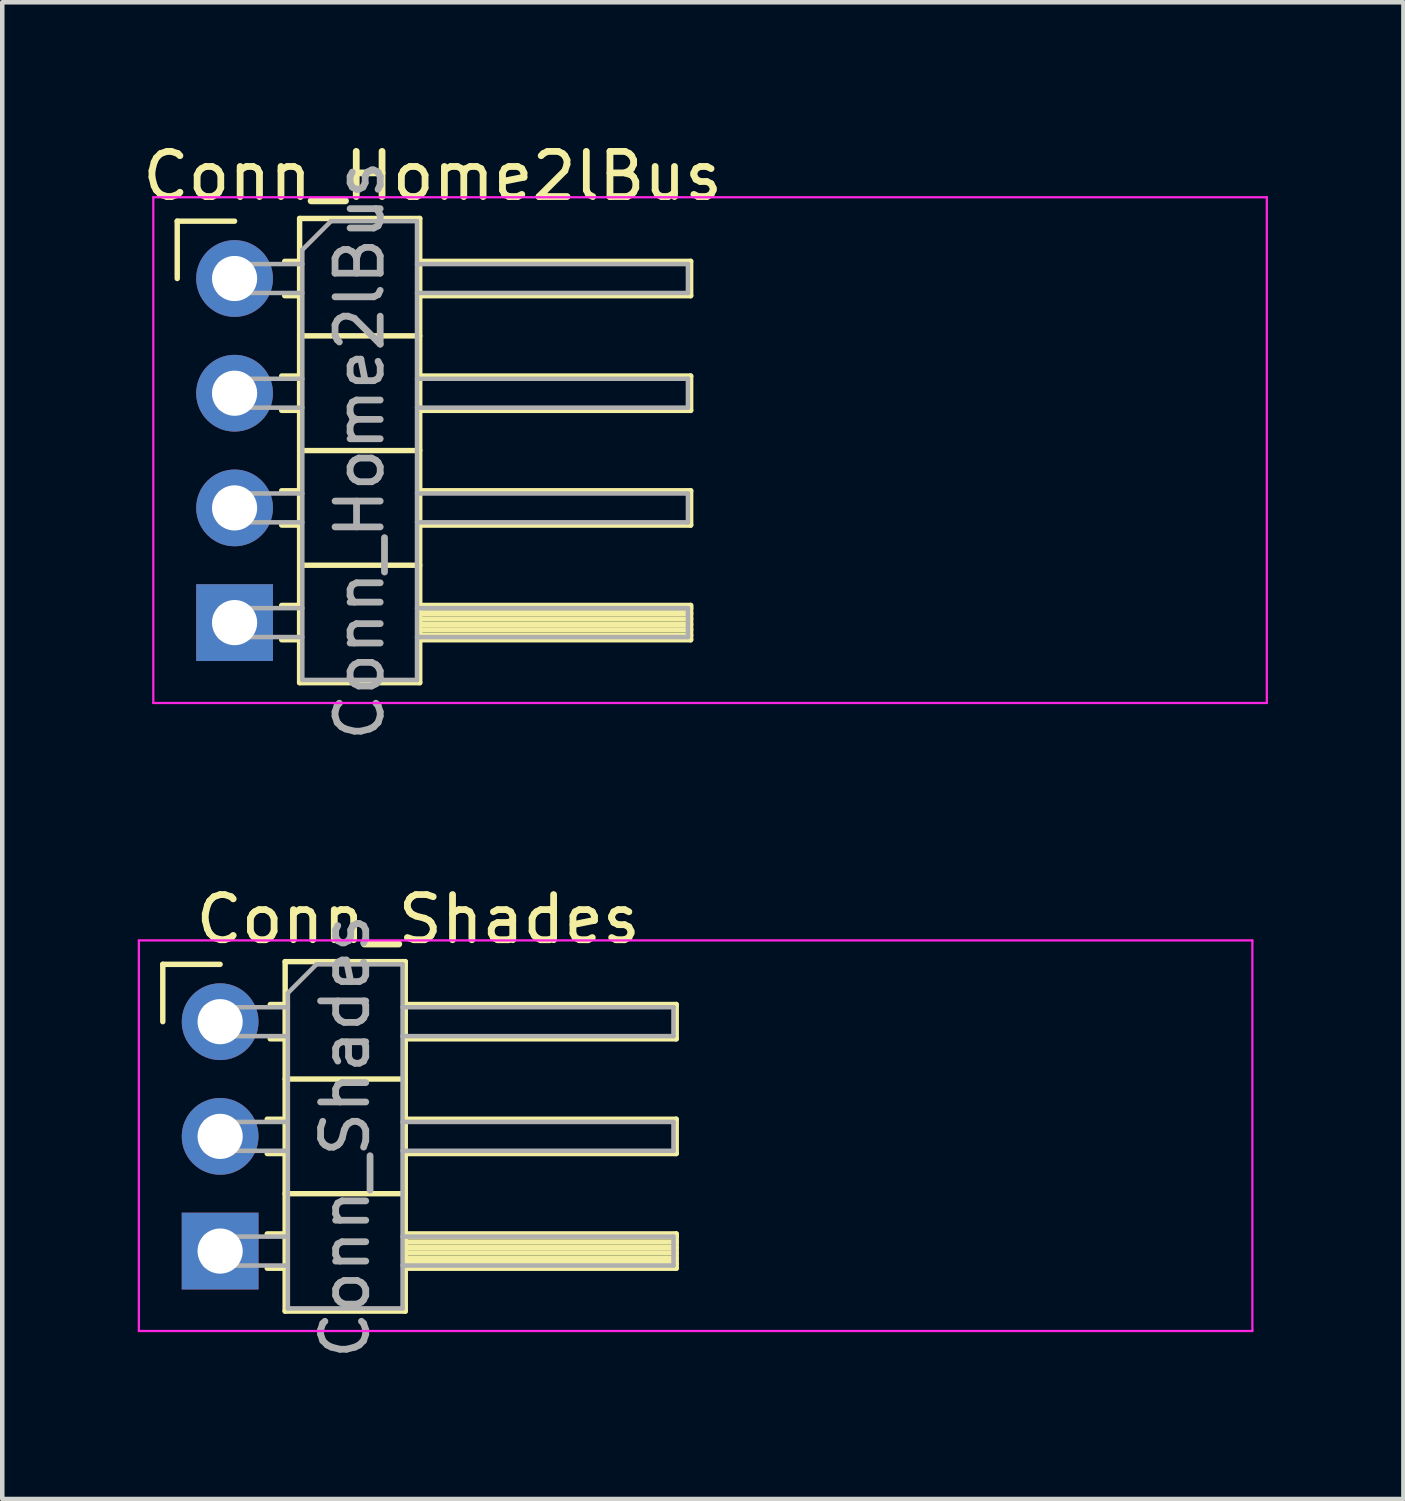
<source format=kicad_pcb>
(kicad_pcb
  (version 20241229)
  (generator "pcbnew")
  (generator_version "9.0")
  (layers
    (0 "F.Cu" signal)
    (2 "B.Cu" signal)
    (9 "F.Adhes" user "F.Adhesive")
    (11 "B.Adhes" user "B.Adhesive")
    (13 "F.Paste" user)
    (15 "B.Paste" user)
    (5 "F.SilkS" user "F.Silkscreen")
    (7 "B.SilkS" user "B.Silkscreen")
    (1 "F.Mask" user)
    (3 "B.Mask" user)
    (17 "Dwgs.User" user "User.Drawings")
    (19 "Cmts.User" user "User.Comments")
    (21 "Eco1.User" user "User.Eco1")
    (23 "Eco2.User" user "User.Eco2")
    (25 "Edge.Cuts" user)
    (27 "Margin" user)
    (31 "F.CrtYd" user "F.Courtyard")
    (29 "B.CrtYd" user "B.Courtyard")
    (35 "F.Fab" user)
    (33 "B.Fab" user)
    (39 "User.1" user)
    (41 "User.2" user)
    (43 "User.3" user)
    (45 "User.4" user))
  (footprint "Conn_Shades"
    (layer "F.Cu")
    (at 1.825 19.576)
    (property "Reference" "Conn_Shades" (at 4.385 -2.27 0) (layer "F.SilkS") (effects (font (size 1 1) (thickness 0.15))))
    (attr through_hole)
    (fp_line (start -1.27 -1.27) (end 0 -1.27) (stroke (width 0.12) (type solid)) (layer "F.SilkS"))
    (fp_line (start -1.27 0) (end -1.27 -1.27) (stroke (width 0.12) (type solid)) (layer "F.SilkS"))
    (fp_line (start 1.043 2.16) (end 1.44 2.16) (stroke (width 0.12) (type solid)) (layer "F.SilkS"))
    (fp_line (start 1.043 2.92) (end 1.44 2.92) (stroke (width 0.12) (type solid)) (layer "F.SilkS"))
    (fp_line (start 1.043 4.7) (end 1.44 4.7) (stroke (width 0.12) (type solid)) (layer "F.SilkS"))
    (fp_line (start 1.043 5.46) (end 1.44 5.46) (stroke (width 0.12) (type solid)) (layer "F.SilkS"))
    (fp_line (start 1.11 -0.38) (end 1.44 -0.38) (stroke (width 0.12) (type solid)) (layer "F.SilkS"))
    (fp_line (start 1.11 0.38) (end 1.44 0.38) (stroke (width 0.12) (type solid)) (layer "F.SilkS"))
    (fp_line (start 1.44 -1.33) (end 1.44 6.41) (stroke (width 0.12) (type solid)) (layer "F.SilkS"))
    (fp_line (start 1.44 1.27) (end 4.1 1.27) (stroke (width 0.12) (type solid)) (layer "F.SilkS"))
    (fp_line (start 1.44 3.81) (end 4.1 3.81) (stroke (width 0.12) (type solid)) (layer "F.SilkS"))
    (fp_line (start 1.44 6.41) (end 4.1 6.41) (stroke (width 0.12) (type solid)) (layer "F.SilkS"))
    (fp_line (start 4.1 -1.33) (end 1.44 -1.33) (stroke (width 0.12) (type solid)) (layer "F.SilkS"))
    (fp_line (start 4.1 -0.38) (end 10.1 -0.38) (stroke (width 0.12) (type solid)) (layer "F.SilkS"))
    (fp_line (start 4.1 2.16) (end 10.1 2.16) (stroke (width 0.12) (type solid)) (layer "F.SilkS"))
    (fp_line (start 4.1 4.7) (end 10.1 4.7) (stroke (width 0.12) (type solid)) (layer "F.SilkS"))
    (fp_line (start 4.1 4.76) (end 10.1 4.76) (stroke (width 0.12) (type solid)) (layer "F.SilkS"))
    (fp_line (start 4.1 4.88) (end 10.1 4.88) (stroke (width 0.12) (type solid)) (layer "F.SilkS"))
    (fp_line (start 4.1 5) (end 10.1 5) (stroke (width 0.12) (type solid)) (layer "F.SilkS"))
    (fp_line (start 4.1 5.12) (end 10.1 5.12) (stroke (width 0.12) (type solid)) (layer "F.SilkS"))
    (fp_line (start 4.1 5.24) (end 10.1 5.24) (stroke (width 0.12) (type solid)) (layer "F.SilkS"))
    (fp_line (start 4.1 5.36) (end 10.1 5.36) (stroke (width 0.12) (type solid)) (layer "F.SilkS"))
    (fp_line (start 4.1 6.41) (end 4.1 -1.33) (stroke (width 0.12) (type solid)) (layer "F.SilkS"))
    (fp_line (start 10.1 -0.38) (end 10.1 0.38) (stroke (width 0.12) (type solid)) (layer "F.SilkS"))
    (fp_line (start 10.1 0.38) (end 4.1 0.38) (stroke (width 0.12) (type solid)) (layer "F.SilkS"))
    (fp_line (start 10.1 2.16) (end 10.1 2.92) (stroke (width 0.12) (type solid)) (layer "F.SilkS"))
    (fp_line (start 10.1 2.92) (end 4.1 2.92) (stroke (width 0.12) (type solid)) (layer "F.SilkS"))
    (fp_line (start 10.1 4.7) (end 10.1 5.46) (stroke (width 0.12) (type solid)) (layer "F.SilkS"))
    (fp_line (start 10.1 5.46) (end 4.1 5.46) (stroke (width 0.12) (type solid)) (layer "F.SilkS"))
    (fp_line (start -1.8 -1.8) (end -1.8 6.85) (stroke (width 0.05) (type solid)) (layer "F.CrtYd"))
    (fp_line (start -1.8 6.85) (end 22.86 6.85) (stroke (width 0.05) (type solid)) (layer "F.CrtYd"))
    (fp_line (start 22.86 -1.8) (end -1.8 -1.8) (stroke (width 0.05) (type solid)) (layer "F.CrtYd"))
    (fp_line (start 22.86 6.85) (end 22.86 -1.8) (stroke (width 0.05) (type solid)) (layer "F.CrtYd"))
    (fp_line (start -0.32 -0.32) (end -0.32 0.32) (stroke (width 0.1) (type solid)) (layer "F.Fab"))
    (fp_line (start -0.32 -0.32) (end 1.5 -0.32) (stroke (width 0.1) (type solid)) (layer "F.Fab"))
    (fp_line (start -0.32 0.32) (end 1.5 0.32) (stroke (width 0.1) (type solid)) (layer "F.Fab"))
    (fp_line (start -0.32 2.22) (end -0.32 2.86) (stroke (width 0.1) (type solid)) (layer "F.Fab"))
    (fp_line (start -0.32 2.22) (end 1.5 2.22) (stroke (width 0.1) (type solid)) (layer "F.Fab"))
    (fp_line (start -0.32 2.86) (end 1.5 2.86) (stroke (width 0.1) (type solid)) (layer "F.Fab"))
    (fp_line (start -0.32 4.76) (end -0.32 5.4) (stroke (width 0.1) (type solid)) (layer "F.Fab"))
    (fp_line (start -0.32 4.76) (end 1.5 4.76) (stroke (width 0.1) (type solid)) (layer "F.Fab"))
    (fp_line (start -0.32 5.4) (end 1.5 5.4) (stroke (width 0.1) (type solid)) (layer "F.Fab"))
    (fp_line (start 1.5 -0.635) (end 2.135 -1.27) (stroke (width 0.1) (type solid)) (layer "F.Fab"))
    (fp_line (start 1.5 6.35) (end 1.5 -0.635) (stroke (width 0.1) (type solid)) (layer "F.Fab"))
    (fp_line (start 2.135 -1.27) (end 4.04 -1.27) (stroke (width 0.1) (type solid)) (layer "F.Fab"))
    (fp_line (start 4.04 -1.27) (end 4.04 6.35) (stroke (width 0.1) (type solid)) (layer "F.Fab"))
    (fp_line (start 4.04 -0.32) (end 10.04 -0.32) (stroke (width 0.1) (type solid)) (layer "F.Fab"))
    (fp_line (start 4.04 0.32) (end 10.04 0.32) (stroke (width 0.1) (type solid)) (layer "F.Fab"))
    (fp_line (start 4.04 2.22) (end 10.04 2.22) (stroke (width 0.1) (type solid)) (layer "F.Fab"))
    (fp_line (start 4.04 2.86) (end 10.04 2.86) (stroke (width 0.1) (type solid)) (layer "F.Fab"))
    (fp_line (start 4.04 4.76) (end 10.04 4.76) (stroke (width 0.1) (type solid)) (layer "F.Fab"))
    (fp_line (start 4.04 5.4) (end 10.04 5.4) (stroke (width 0.1) (type solid)) (layer "F.Fab"))
    (fp_line (start 4.04 6.35) (end 1.5 6.35) (stroke (width 0.1) (type solid)) (layer "F.Fab"))
    (fp_line (start 10.04 -0.32) (end 10.04 0.32) (stroke (width 0.1) (type solid)) (layer "F.Fab"))
    (fp_line (start 10.04 2.22) (end 10.04 2.86) (stroke (width 0.1) (type solid)) (layer "F.Fab"))
    (fp_line (start 10.04 4.76) (end 10.04 5.4) (stroke (width 0.1) (type solid)) (layer "F.Fab"))
    (fp_text user "${REFERENCE}" (at 2.77 2.54 90) (layer "F.Fab") (effects (font (size 1 1) (thickness 0.15))))
    (pad "1" thru_hole rect (at 0 5.08) (size 1.7 1.7) (drill 1) (layers "*.Cu" "*.Mask"))
    (pad "2" thru_hole oval (at 0 2.54) (size 1.7 1.7) (drill 1) (layers "*.Cu" "*.Mask"))
    (pad "3" thru_hole oval (at 0 0) (size 1.7 1.7) (drill 1) (layers "*.Cu" "*.Mask")))
  (footprint "Conn_Home2lBus"
    (layer "F.Cu")
    (at 2.145 3.118)
    (property "Reference" "Conn_Home2lBus" (at 4.385 -2.27 0) (layer "F.SilkS") (effects (font (size 1 1) (thickness 0.15))))
    (attr through_hole)
    (fp_line (start -1.27 -1.27) (end 0 -1.27) (stroke (width 0.12) (type solid)) (layer "F.SilkS"))
    (fp_line (start -1.27 0) (end -1.27 -1.27) (stroke (width 0.12) (type solid)) (layer "F.SilkS"))
    (fp_line (start 1.043 2.16) (end 1.44 2.16) (stroke (width 0.12) (type solid)) (layer "F.SilkS"))
    (fp_line (start 1.043 2.92) (end 1.44 2.92) (stroke (width 0.12) (type solid)) (layer "F.SilkS"))
    (fp_line (start 1.043 4.7) (end 1.44 4.7) (stroke (width 0.12) (type solid)) (layer "F.SilkS"))
    (fp_line (start 1.043 5.46) (end 1.44 5.46) (stroke (width 0.12) (type solid)) (layer "F.SilkS"))
    (fp_line (start 1.043 7.24) (end 1.44 7.24) (stroke (width 0.12) (type solid)) (layer "F.SilkS"))
    (fp_line (start 1.043 8) (end 1.44 8) (stroke (width 0.12) (type solid)) (layer "F.SilkS"))
    (fp_line (start 1.11 -0.38) (end 1.44 -0.38) (stroke (width 0.12) (type solid)) (layer "F.SilkS"))
    (fp_line (start 1.11 0.38) (end 1.44 0.38) (stroke (width 0.12) (type solid)) (layer "F.SilkS"))
    (fp_line (start 1.44 -1.33) (end 1.44 8.95) (stroke (width 0.12) (type solid)) (layer "F.SilkS"))
    (fp_line (start 1.44 1.27) (end 4.1 1.27) (stroke (width 0.12) (type solid)) (layer "F.SilkS"))
    (fp_line (start 1.44 3.81) (end 4.1 3.81) (stroke (width 0.12) (type solid)) (layer "F.SilkS"))
    (fp_line (start 1.44 6.35) (end 4.1 6.35) (stroke (width 0.12) (type solid)) (layer "F.SilkS"))
    (fp_line (start 1.44 8.95) (end 4.1 8.95) (stroke (width 0.12) (type solid)) (layer "F.SilkS"))
    (fp_line (start 4.1 -1.33) (end 1.44 -1.33) (stroke (width 0.12) (type solid)) (layer "F.SilkS"))
    (fp_line (start 4.1 -0.38) (end 10.1 -0.38) (stroke (width 0.12) (type solid)) (layer "F.SilkS"))
    (fp_line (start 4.1 2.16) (end 10.1 2.16) (stroke (width 0.12) (type solid)) (layer "F.SilkS"))
    (fp_line (start 4.1 4.7) (end 10.1 4.7) (stroke (width 0.12) (type solid)) (layer "F.SilkS"))
    (fp_line (start 4.1 7.24) (end 10.1 7.24) (stroke (width 0.12) (type solid)) (layer "F.SilkS"))
    (fp_line (start 4.1 7.3) (end 10.1 7.3) (stroke (width 0.12) (type solid)) (layer "F.SilkS"))
    (fp_line (start 4.1 7.42) (end 10.1 7.42) (stroke (width 0.12) (type solid)) (layer "F.SilkS"))
    (fp_line (start 4.1 7.54) (end 10.1 7.54) (stroke (width 0.12) (type solid)) (layer "F.SilkS"))
    (fp_line (start 4.1 7.66) (end 10.1 7.66) (stroke (width 0.12) (type solid)) (layer "F.SilkS"))
    (fp_line (start 4.1 7.78) (end 10.1 7.78) (stroke (width 0.12) (type solid)) (layer "F.SilkS"))
    (fp_line (start 4.1 7.9) (end 10.1 7.9) (stroke (width 0.12) (type solid)) (layer "F.SilkS"))
    (fp_line (start 4.1 8.95) (end 4.1 -1.33) (stroke (width 0.12) (type solid)) (layer "F.SilkS"))
    (fp_line (start 10.1 -0.38) (end 10.1 0.38) (stroke (width 0.12) (type solid)) (layer "F.SilkS"))
    (fp_line (start 10.1 0.38) (end 4.1 0.38) (stroke (width 0.12) (type solid)) (layer "F.SilkS"))
    (fp_line (start 10.1 2.16) (end 10.1 2.92) (stroke (width 0.12) (type solid)) (layer "F.SilkS"))
    (fp_line (start 10.1 2.92) (end 4.1 2.92) (stroke (width 0.12) (type solid)) (layer "F.SilkS"))
    (fp_line (start 10.1 4.7) (end 10.1 5.46) (stroke (width 0.12) (type solid)) (layer "F.SilkS"))
    (fp_line (start 10.1 5.46) (end 4.1 5.46) (stroke (width 0.12) (type solid)) (layer "F.SilkS"))
    (fp_line (start 10.1 7.24) (end 10.1 8) (stroke (width 0.12) (type solid)) (layer "F.SilkS"))
    (fp_line (start 10.1 8) (end 4.1 8) (stroke (width 0.12) (type solid)) (layer "F.SilkS"))
    (fp_line (start -1.8 -1.8) (end -1.8 9.4) (stroke (width 0.05) (type solid)) (layer "F.CrtYd"))
    (fp_line (start -1.8 9.4) (end 22.86 9.4) (stroke (width 0.05) (type solid)) (layer "F.CrtYd"))
    (fp_line (start 22.86 -1.8) (end -1.8 -1.8) (stroke (width 0.05) (type solid)) (layer "F.CrtYd"))
    (fp_line (start 22.86 9.4) (end 22.86 -1.8) (stroke (width 0.05) (type solid)) (layer "F.CrtYd"))
    (fp_line (start -0.32 -0.32) (end -0.32 0.32) (stroke (width 0.1) (type solid)) (layer "F.Fab"))
    (fp_line (start -0.32 -0.32) (end 1.5 -0.32) (stroke (width 0.1) (type solid)) (layer "F.Fab"))
    (fp_line (start -0.32 0.32) (end 1.5 0.32) (stroke (width 0.1) (type solid)) (layer "F.Fab"))
    (fp_line (start -0.32 2.22) (end -0.32 2.86) (stroke (width 0.1) (type solid)) (layer "F.Fab"))
    (fp_line (start -0.32 2.22) (end 1.5 2.22) (stroke (width 0.1) (type solid)) (layer "F.Fab"))
    (fp_line (start -0.32 2.86) (end 1.5 2.86) (stroke (width 0.1) (type solid)) (layer "F.Fab"))
    (fp_line (start -0.32 4.76) (end -0.32 5.4) (stroke (width 0.1) (type solid)) (layer "F.Fab"))
    (fp_line (start -0.32 4.76) (end 1.5 4.76) (stroke (width 0.1) (type solid)) (layer "F.Fab"))
    (fp_line (start -0.32 5.4) (end 1.5 5.4) (stroke (width 0.1) (type solid)) (layer "F.Fab"))
    (fp_line (start -0.32 7.3) (end -0.32 7.94) (stroke (width 0.1) (type solid)) (layer "F.Fab"))
    (fp_line (start -0.32 7.3) (end 1.5 7.3) (stroke (width 0.1) (type solid)) (layer "F.Fab"))
    (fp_line (start -0.32 7.94) (end 1.5 7.94) (stroke (width 0.1) (type solid)) (layer "F.Fab"))
    (fp_line (start 1.5 -0.635) (end 2.135 -1.27) (stroke (width 0.1) (type solid)) (layer "F.Fab"))
    (fp_line (start 1.5 8.89) (end 1.5 -0.635) (stroke (width 0.1) (type solid)) (layer "F.Fab"))
    (fp_line (start 2.135 -1.27) (end 4.04 -1.27) (stroke (width 0.1) (type solid)) (layer "F.Fab"))
    (fp_line (start 4.04 -1.27) (end 4.04 8.89) (stroke (width 0.1) (type solid)) (layer "F.Fab"))
    (fp_line (start 4.04 -0.32) (end 10.04 -0.32) (stroke (width 0.1) (type solid)) (layer "F.Fab"))
    (fp_line (start 4.04 0.32) (end 10.04 0.32) (stroke (width 0.1) (type solid)) (layer "F.Fab"))
    (fp_line (start 4.04 2.22) (end 10.04 2.22) (stroke (width 0.1) (type solid)) (layer "F.Fab"))
    (fp_line (start 4.04 2.86) (end 10.04 2.86) (stroke (width 0.1) (type solid)) (layer "F.Fab"))
    (fp_line (start 4.04 4.76) (end 10.04 4.76) (stroke (width 0.1) (type solid)) (layer "F.Fab"))
    (fp_line (start 4.04 5.4) (end 10.04 5.4) (stroke (width 0.1) (type solid)) (layer "F.Fab"))
    (fp_line (start 4.04 7.3) (end 10.04 7.3) (stroke (width 0.1) (type solid)) (layer "F.Fab"))
    (fp_line (start 4.04 7.94) (end 10.04 7.94) (stroke (width 0.1) (type solid)) (layer "F.Fab"))
    (fp_line (start 4.04 8.89) (end 1.5 8.89) (stroke (width 0.1) (type solid)) (layer "F.Fab"))
    (fp_line (start 10.04 -0.32) (end 10.04 0.32) (stroke (width 0.1) (type solid)) (layer "F.Fab"))
    (fp_line (start 10.04 2.22) (end 10.04 2.86) (stroke (width 0.1) (type solid)) (layer "F.Fab"))
    (fp_line (start 10.04 4.76) (end 10.04 5.4) (stroke (width 0.1) (type solid)) (layer "F.Fab"))
    (fp_line (start 10.04 7.3) (end 10.04 7.94) (stroke (width 0.1) (type solid)) (layer "F.Fab"))
    (fp_text user "${REFERENCE}" (at 2.77 3.81 90) (layer "F.Fab") (effects (font (size 1 1) (thickness 0.15))))
    (pad "1" thru_hole rect (at 0 7.62 180) (size 1.7 1.7) (drill 1) (layers "*.Cu" "*.Mask"))
    (pad "2" thru_hole oval (at 0 5.08 180) (size 1.7 1.7) (drill 1) (layers "*.Cu" "*.Mask"))
    (pad "3" thru_hole oval (at 0 2.54 180) (size 1.7 1.7) (drill 1) (layers "*.Cu" "*.Mask"))
    (pad "4" thru_hole oval (at 0 0 180) (size 1.7 1.7) (drill 1) (layers "*.Cu" "*.Mask")))
  (gr_rect
    (start -3 -3)
    (end 28.03 30.146)
    (stroke (width 0.1) (type default))
    (fill no)
    (layer "Edge.Cuts")))
</source>
